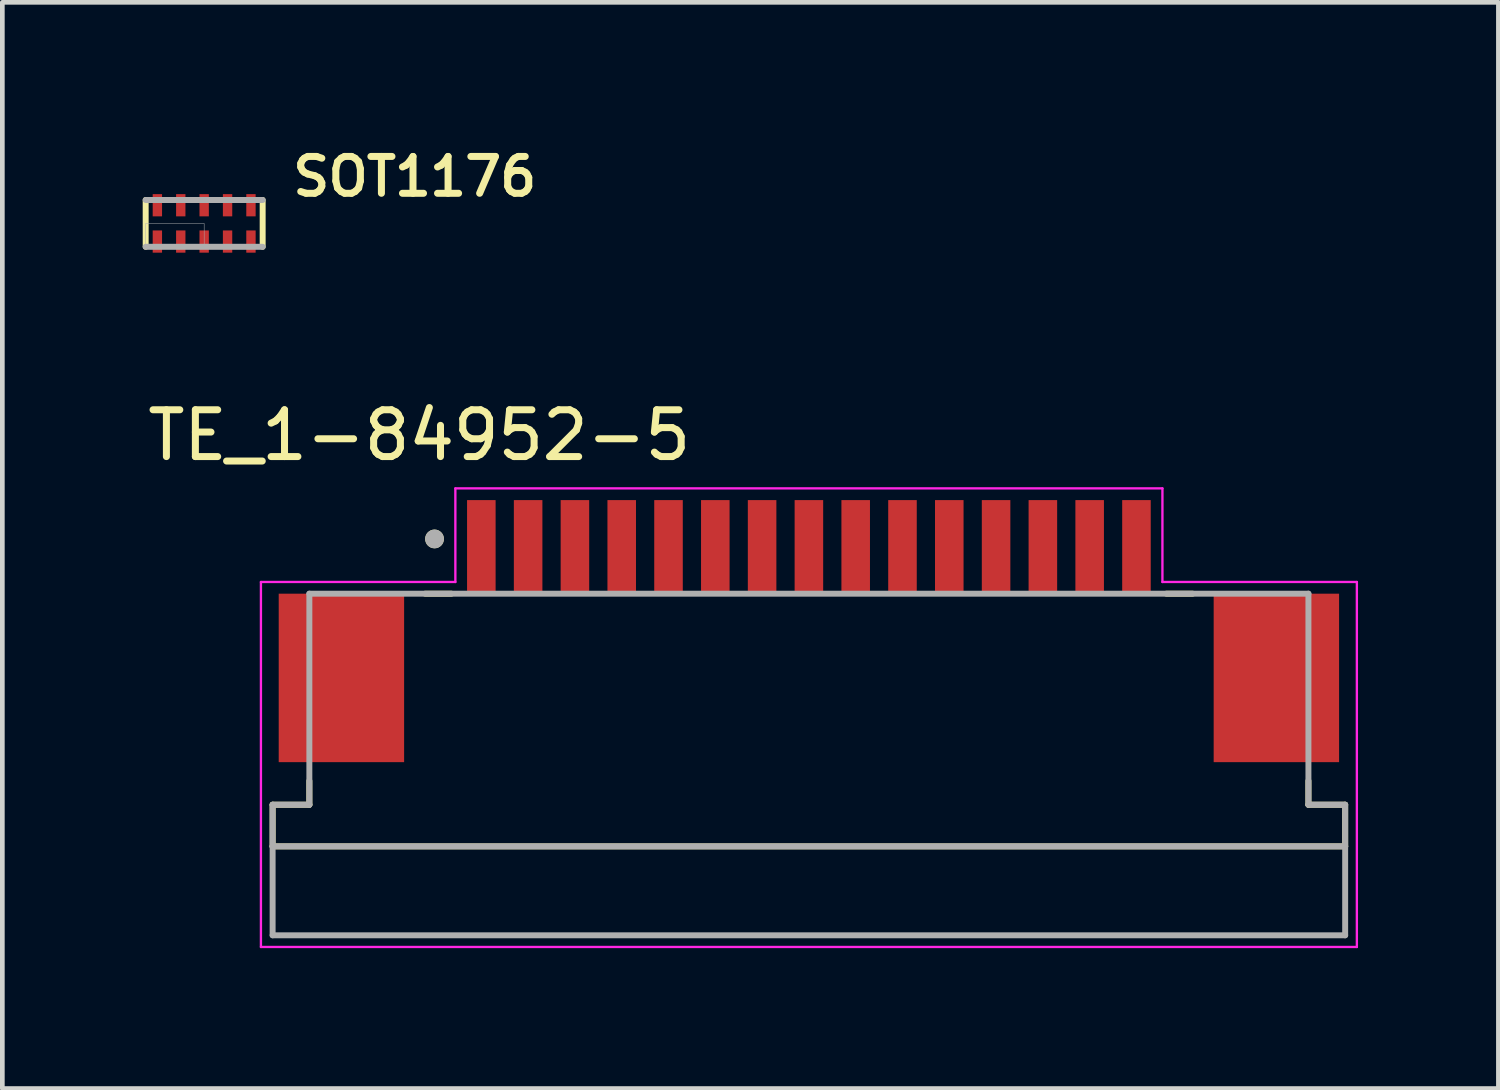
<source format=kicad_pcb>
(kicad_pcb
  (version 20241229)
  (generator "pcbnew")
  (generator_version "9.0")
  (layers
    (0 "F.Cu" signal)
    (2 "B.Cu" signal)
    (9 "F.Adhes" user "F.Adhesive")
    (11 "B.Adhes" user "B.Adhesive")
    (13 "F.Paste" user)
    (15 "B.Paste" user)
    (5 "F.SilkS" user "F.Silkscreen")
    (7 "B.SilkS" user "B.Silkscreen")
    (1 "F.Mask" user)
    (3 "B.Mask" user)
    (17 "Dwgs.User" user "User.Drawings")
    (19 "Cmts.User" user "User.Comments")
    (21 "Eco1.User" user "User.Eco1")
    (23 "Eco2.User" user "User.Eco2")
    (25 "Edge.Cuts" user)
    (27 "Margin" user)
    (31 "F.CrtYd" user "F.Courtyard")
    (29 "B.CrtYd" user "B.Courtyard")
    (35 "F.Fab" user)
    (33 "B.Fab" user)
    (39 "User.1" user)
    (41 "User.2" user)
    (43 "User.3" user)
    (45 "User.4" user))
  (footprint "SOT1176"
    (layer "F.Cu")
    (at 1.313 1.724)
    (property "Reference" "SOT1176" (at 4.5 -1 0) (layer "F.SilkS") (effects (font (size 0.787 0.787) (thickness 0.15))))
    (attr through_hole)
    (fp_poly (pts (xy -1.15 -0.675) (xy -0.85 -0.675) (xy -0.85 -0.1) (xy -1.15 -0.1)) (stroke (width 0.01) (type solid)) (fill yes) (layer "F.Mask"))
    (fp_poly (pts (xy -1.15 0.1) (xy -0.85 0.1) (xy -0.85 0.675) (xy -1.15 0.675)) (stroke (width 0.01) (type solid)) (fill yes) (layer "F.Mask"))
    (fp_poly (pts (xy -0.65 -0.675) (xy -0.35 -0.675) (xy -0.35 -0.1) (xy -0.65 -0.1)) (stroke (width 0.01) (type solid)) (fill yes) (layer "F.Mask"))
    (fp_poly (pts (xy -0.65 0.1) (xy -0.35 0.1) (xy -0.35 0.675) (xy -0.65 0.675)) (stroke (width 0.01) (type solid)) (fill yes) (layer "F.Mask"))
    (fp_poly (pts (xy -0.15 -0.675) (xy 0.15 -0.675) (xy 0.15 -0.1) (xy -0.15 -0.1)) (stroke (width 0.01) (type solid)) (fill yes) (layer "F.Mask"))
    (fp_poly (pts (xy -0.15 0.1) (xy 0.15 0.1) (xy 0.15 0.675) (xy -0.15 0.675)) (stroke (width 0.01) (type solid)) (fill yes) (layer "F.Mask"))
    (fp_poly (pts (xy 0.35 -0.675) (xy 0.65 -0.675) (xy 0.65 -0.1) (xy 0.35 -0.1)) (stroke (width 0.01) (type solid)) (fill yes) (layer "F.Mask"))
    (fp_poly (pts (xy 0.35 0.1) (xy 0.65 0.1) (xy 0.65 0.675) (xy 0.35 0.675)) (stroke (width 0.01) (type solid)) (fill yes) (layer "F.Mask"))
    (fp_poly (pts (xy 0.85 -0.675) (xy 1.15 -0.675) (xy 1.15 -0.1) (xy 0.85 -0.1)) (stroke (width 0.01) (type solid)) (fill yes) (layer "F.Mask"))
    (fp_poly (pts (xy 0.85 0.1) (xy 1.15 0.1) (xy 1.15 0.675) (xy 0.85 0.675)) (stroke (width 0.01) (type solid)) (fill yes) (layer "F.Mask"))
    (fp_line (start -1.25 0.5) (end -1.25 -0.5) (stroke (width 0.127) (type solid)) (layer "F.SilkS"))
    (fp_line (start 1.25 -0.5) (end 1.25 0.5) (stroke (width 0.127) (type solid)) (layer "F.SilkS"))
    (fp_line (start -1.25 -0.5) (end 1.25 -0.5) (stroke (width 0.127) (type solid)) (layer "F.Fab"))
    (fp_line (start 1.25 0.5) (end -1.25 0.5) (stroke (width 0.127) (type solid)) (layer "F.Fab"))
    (fp_poly (pts (xy -1.25 0) (xy 0 0) (xy 0 0.5) (xy -1.25 0.5)) (stroke (width 0.01) (type solid)) (fill no) (layer "F.Fab"))
    (pad "1" smd rect (at -1 -0.388) (size 0.2 0.475) (layers "F.Cu" "F.Paste"))
    (pad "1" smd rect (at -1 0.388) (size 0.2 0.475) (layers "F.Cu" "F.Paste"))
    (pad "2" smd rect (at 0 0.388) (size 0.2 0.475) (layers "F.Cu" "F.Paste"))
    (pad "3" smd rect (at -0.5 -0.388) (size 0.2 0.475) (layers "F.Cu" "F.Paste"))
    (pad "3" smd rect (at -0.5 0.388) (size 0.2 0.475) (layers "F.Cu" "F.Paste"))
    (pad "4" smd rect (at 0.5 -0.388) (size 0.2 0.475) (layers "F.Cu" "F.Paste"))
    (pad "4" smd rect (at 0.5 0.388) (size 0.2 0.475) (layers "F.Cu" "F.Paste"))
    (pad "5" smd rect (at 0 -0.388) (size 0.2 0.475) (layers "F.Cu" "F.Paste"))
    (pad "6" smd rect (at 1 -0.388) (size 0.2 0.475) (layers "F.Cu" "F.Paste"))
    (pad "6" smd rect (at 1 0.388) (size 0.2 0.475) (layers "F.Cu" "F.Paste")))
  (footprint "TE_1-84952-5"
    (layer "F.Cu")
    (at 14.236 8.637)
    (property "Reference" "TE_1-84952-5" (at -8.325 -2.385 0) (layer "F.SilkS") (effects (font (size 1 1) (thickness 0.15))))
    (attr through_hole)
    (fp_line (start -11.46 6.4) (end -11.46 5.51) (stroke (width 0.127) (type solid)) (layer "F.SilkS"))
    (fp_line (start -10.675 5) (end -10.675 5.51) (stroke (width 0.127) (type solid)) (layer "F.SilkS"))
    (fp_line (start -10.675 5.51) (end -11.46 5.51) (stroke (width 0.127) (type solid)) (layer "F.SilkS"))
    (fp_line (start -8.2 1) (end -7.64 1) (stroke (width 0.127) (type solid)) (layer "F.SilkS"))
    (fp_line (start 7.64 1) (end 8.2 1) (stroke (width 0.127) (type solid)) (layer "F.SilkS"))
    (fp_line (start 10.675 5) (end 10.675 5.51) (stroke (width 0.127) (type solid)) (layer "F.SilkS"))
    (fp_line (start 11.46 5.51) (end 10.675 5.51) (stroke (width 0.127) (type solid)) (layer "F.SilkS"))
    (fp_line (start 11.46 5.51) (end 11.46 6.4) (stroke (width 0.127) (type solid)) (layer "F.SilkS"))
    (fp_line (start 11.46 6.4) (end -11.46 6.4) (stroke (width 0.127) (type solid)) (layer "F.SilkS"))
    (fp_circle (center -8 -0.17) (end -7.9 -0.17) (stroke (width 0.2) (type solid)) (fill no) (layer "F.SilkS"))
    (fp_line (start -11.71 0.75) (end -7.555 0.75) (stroke (width 0.05) (type solid)) (layer "F.CrtYd"))
    (fp_line (start -11.71 8.55) (end -11.71 0.75) (stroke (width 0.05) (type solid)) (layer "F.CrtYd"))
    (fp_line (start -7.555 -1.25) (end 7.555 -1.25) (stroke (width 0.05) (type solid)) (layer "F.CrtYd"))
    (fp_line (start -7.555 0.75) (end -7.555 -1.25) (stroke (width 0.05) (type solid)) (layer "F.CrtYd"))
    (fp_line (start 7.555 -1.25) (end 7.555 0.75) (stroke (width 0.05) (type solid)) (layer "F.CrtYd"))
    (fp_line (start 7.555 0.75) (end 11.71 0.75) (stroke (width 0.05) (type solid)) (layer "F.CrtYd"))
    (fp_line (start 11.71 0.75) (end 11.71 8.55) (stroke (width 0.05) (type solid)) (layer "F.CrtYd"))
    (fp_line (start 11.71 8.55) (end -11.71 8.55) (stroke (width 0.05) (type solid)) (layer "F.CrtYd"))
    (fp_line (start -11.46 5.51) (end -11.46 6.4) (stroke (width 0.127) (type solid)) (layer "F.Fab"))
    (fp_line (start -11.46 8.3) (end -11.46 6.4) (stroke (width 0.127) (type solid)) (layer "F.Fab"))
    (fp_line (start -10.675 1) (end -10.675 5.51) (stroke (width 0.127) (type solid)) (layer "F.Fab"))
    (fp_line (start -10.675 1) (end 10.675 1) (stroke (width 0.127) (type solid)) (layer "F.Fab"))
    (fp_line (start -10.675 5.51) (end -11.46 5.51) (stroke (width 0.127) (type solid)) (layer "F.Fab"))
    (fp_line (start 10.675 1) (end 10.675 5.51) (stroke (width 0.127) (type solid)) (layer "F.Fab"))
    (fp_line (start 11.46 5.51) (end 10.675 5.51) (stroke (width 0.127) (type solid)) (layer "F.Fab"))
    (fp_line (start 11.46 5.51) (end 11.46 6.4) (stroke (width 0.127) (type solid)) (layer "F.Fab"))
    (fp_line (start 11.46 6.4) (end -11.46 6.4) (stroke (width 0.127) (type solid)) (layer "F.Fab"))
    (fp_line (start 11.46 6.4) (end 11.46 8.3) (stroke (width 0.127) (type solid)) (layer "F.Fab"))
    (fp_line (start 11.46 8.3) (end -11.46 8.3) (stroke (width 0.127) (type solid)) (layer "F.Fab"))
    (fp_circle (center -8 -0.17) (end -7.9 -0.17) (stroke (width 0.2) (type solid)) (fill no) (layer "F.Fab"))
    (pad "1" smd rect (at -7 0) (size 0.61 2) (layers "F.Cu" "F.Mask" "F.Paste"))
    (pad "2" smd rect (at -6 0) (size 0.61 2) (layers "F.Cu" "F.Mask" "F.Paste"))
    (pad "3" smd rect (at -5 0) (size 0.61 2) (layers "F.Cu" "F.Mask" "F.Paste"))
    (pad "4" smd rect (at -4 0) (size 0.61 2) (layers "F.Cu" "F.Mask" "F.Paste"))
    (pad "5" smd rect (at -3 0) (size 0.61 2) (layers "F.Cu" "F.Mask" "F.Paste"))
    (pad "6" smd rect (at -2 0) (size 0.61 2) (layers "F.Cu" "F.Mask" "F.Paste"))
    (pad "7" smd rect (at -1 0) (size 0.61 2) (layers "F.Cu" "F.Mask" "F.Paste"))
    (pad "8" smd rect (at 0 0) (size 0.61 2) (layers "F.Cu" "F.Mask" "F.Paste"))
    (pad "9" smd rect (at 1 0) (size 0.61 2) (layers "F.Cu" "F.Mask" "F.Paste"))
    (pad "10" smd rect (at 2 0) (size 0.61 2) (layers "F.Cu" "F.Mask" "F.Paste"))
    (pad "11" smd rect (at 3 0) (size 0.61 2) (layers "F.Cu" "F.Mask" "F.Paste"))
    (pad "12" smd rect (at 4 0) (size 0.61 2) (layers "F.Cu" "F.Mask" "F.Paste"))
    (pad "13" smd rect (at 5 0) (size 0.61 2) (layers "F.Cu" "F.Mask" "F.Paste"))
    (pad "14" smd rect (at 6 0) (size 0.61 2) (layers "F.Cu" "F.Mask" "F.Paste"))
    (pad "15" smd rect (at 7 0) (size 0.61 2) (layers "F.Cu" "F.Mask" "F.Paste"))
    (pad "S1" smd rect (at -9.99 2.8) (size 2.68 3.6) (layers "F.Cu" "F.Mask" "F.Paste"))
    (pad "S2" smd rect (at 9.99 2.8) (size 2.68 3.6) (layers "F.Cu" "F.Mask" "F.Paste")))
  (gr_rect
    (start -3 -3)
    (end 28.971 20.212)
    (stroke (width 0.1) (type default))
    (fill no)
    (layer "Edge.Cuts")))
</source>
